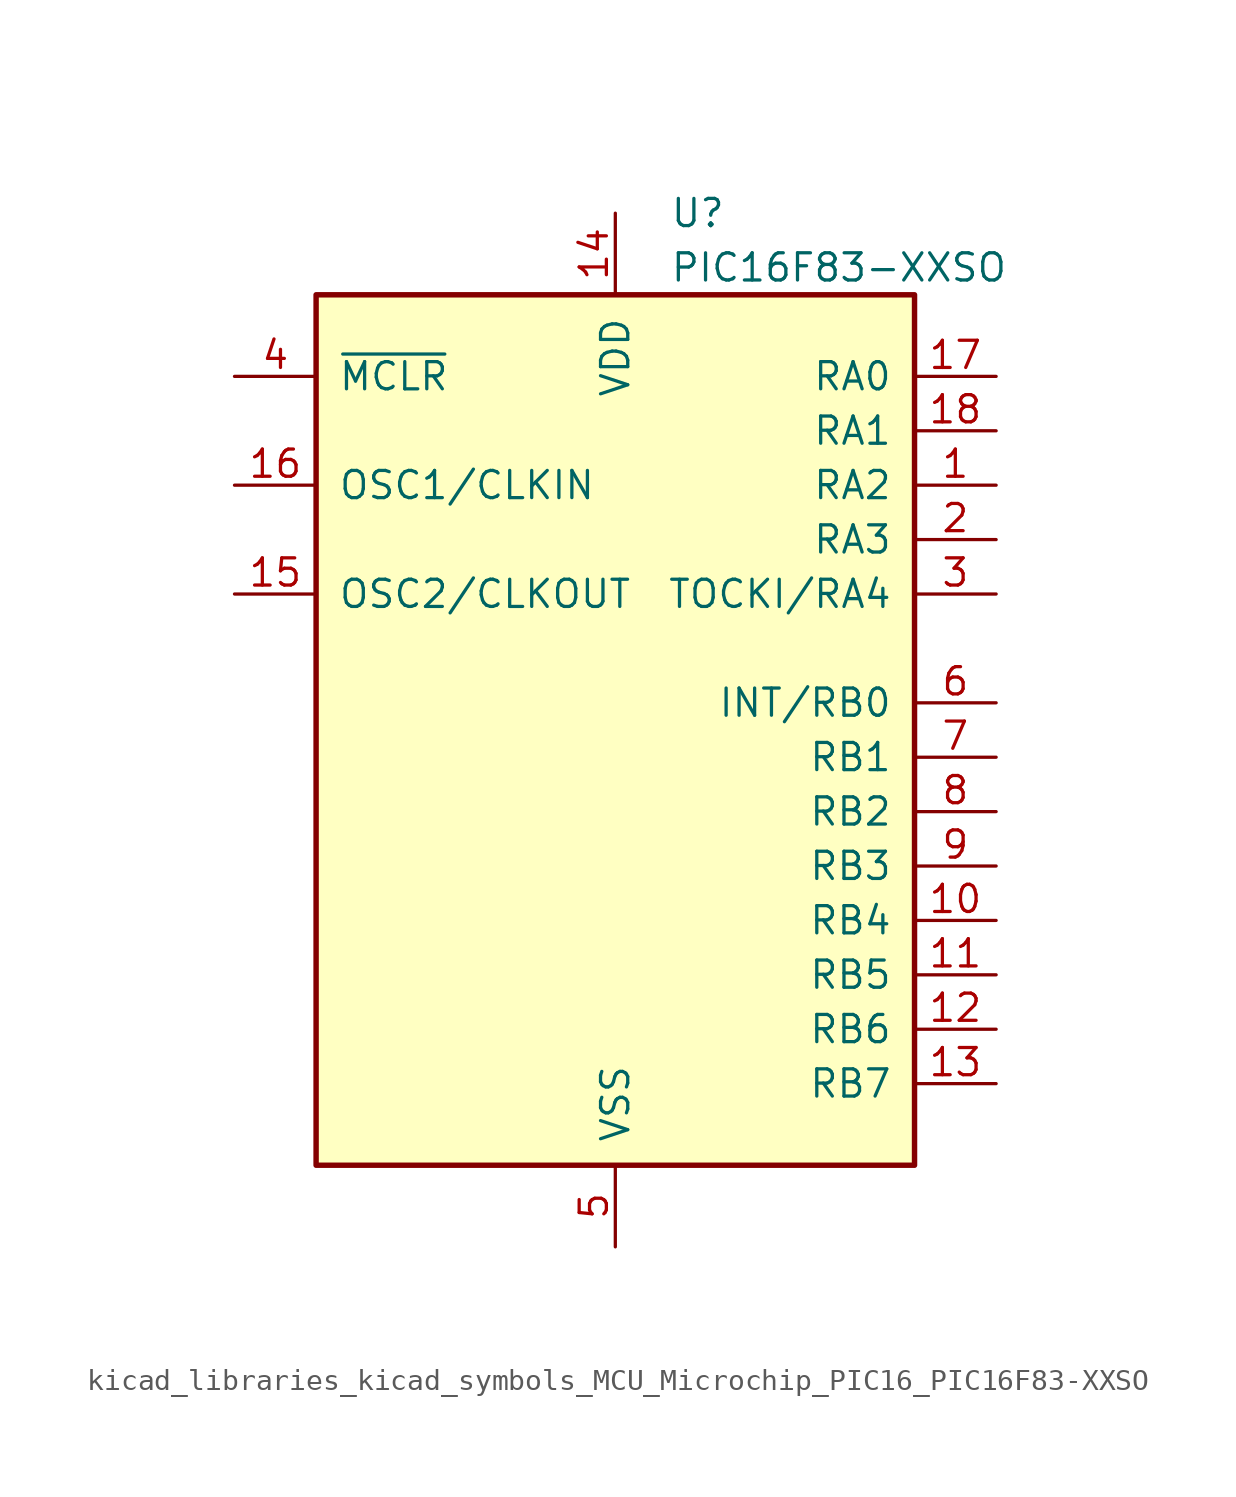
<source format=kicad_sym>
(kicad_symbol_lib
  (version 20220914)
  (generator kicad_symbol_editor)
  (symbol "kicad_libraries_kicad_symbols_MCU_Microchip_PIC16_PIC16F83-XXSO"
    (pin_names
      (offset 1.016))
    (property "Reference" "U"
      (at 2.54 22.86 0)
      (effects (font (size 1.27 1.27)) (justify left)))
    (property "Value" "PIC16F83-XXSO"
      (at 2.54 20.32 0)
      (effects (font (size 1.27 1.27)) (justify left)))
    (symbol "kicad_libraries_kicad_symbols_MCU_Microchip_PIC16_PIC16F83-XXSO_0_1"
      (rectangle (start -13.97 19.05) (end 13.97 -21.59) (stroke (width 0.254) (type default)) (fill (type background))))
    (symbol "kicad_libraries_kicad_symbols_MCU_Microchip_PIC16_PIC16F83-XXSO_1_1"
      (pin bidirectional line (at 17.78 10.16 180) (length 3.81) (name "RA2" (effects (font (size 1.27 1.27)))) (number "1" (effects (font (size 1.27 1.27)))))
      (pin bidirectional line (at 17.78 -10.16 180) (length 3.81) (name "RB4" (effects (font (size 1.27 1.27)))) (number "10" (effects (font (size 1.27 1.27)))))
      (pin bidirectional line (at 17.78 -12.7 180) (length 3.81) (name "RB5" (effects (font (size 1.27 1.27)))) (number "11" (effects (font (size 1.27 1.27)))))
      (pin bidirectional line (at 17.78 -15.24 180) (length 3.81) (name "RB6" (effects (font (size 1.27 1.27)))) (number "12" (effects (font (size 1.27 1.27)))))
      (pin bidirectional line (at 17.78 -17.78 180) (length 3.81) (name "RB7" (effects (font (size 1.27 1.27)))) (number "13" (effects (font (size 1.27 1.27)))))
      (pin power_in line (at 0 22.86 270) (length 3.81) (name "VDD" (effects (font (size 1.27 1.27)))) (number "14" (effects (font (size 1.27 1.27)))))
      (pin output line (at -17.78 5.08 0) (length 3.81) (name "OSC2/CLKOUT" (effects (font (size 1.27 1.27)))) (number "15" (effects (font (size 1.27 1.27)))))
      (pin input line (at -17.78 10.16 0) (length 3.81) (name "OSC1/CLKIN" (effects (font (size 1.27 1.27)))) (number "16" (effects (font (size 1.27 1.27)))))
      (pin bidirectional line (at 17.78 15.24 180) (length 3.81) (name "RA0" (effects (font (size 1.27 1.27)))) (number "17" (effects (font (size 1.27 1.27)))))
      (pin bidirectional line (at 17.78 12.7 180) (length 3.81) (name "RA1" (effects (font (size 1.27 1.27)))) (number "18" (effects (font (size 1.27 1.27)))))
      (pin bidirectional line (at 17.78 7.62 180) (length 3.81) (name "RA3" (effects (font (size 1.27 1.27)))) (number "2" (effects (font (size 1.27 1.27)))))
      (pin bidirectional line (at 17.78 5.08 180) (length 3.81) (name "TOCKI/RA4" (effects (font (size 1.27 1.27)))) (number "3" (effects (font (size 1.27 1.27)))))
      (pin input line (at -17.78 15.24 0) (length 3.81) (name "~{MCLR}" (effects (font (size 1.27 1.27)))) (number "4" (effects (font (size 1.27 1.27)))))
      (pin power_in line (at 0 -25.4 90) (length 3.81) (name "VSS" (effects (font (size 1.27 1.27)))) (number "5" (effects (font (size 1.27 1.27)))))
      (pin bidirectional line (at 17.78 0 180) (length 3.81) (name "INT/RB0" (effects (font (size 1.27 1.27)))) (number "6" (effects (font (size 1.27 1.27)))))
      (pin bidirectional line (at 17.78 -2.54 180) (length 3.81) (name "RB1" (effects (font (size 1.27 1.27)))) (number "7" (effects (font (size 1.27 1.27)))))
      (pin bidirectional line (at 17.78 -5.08 180) (length 3.81) (name "RB2" (effects (font (size 1.27 1.27)))) (number "8" (effects (font (size 1.27 1.27)))))
      (pin bidirectional line (at 17.78 -7.62 180) (length 3.81) (name "RB3" (effects (font (size 1.27 1.27)))) (number "9" (effects (font (size 1.27 1.27))))))))
</source>
